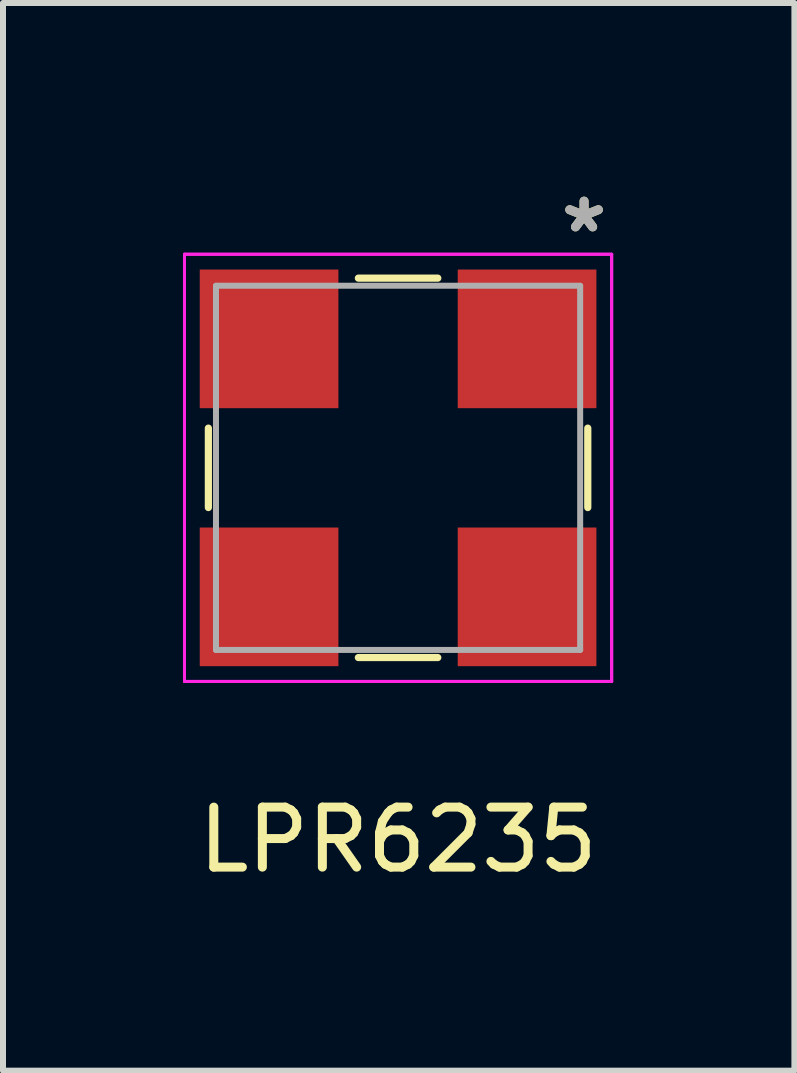
<source format=kicad_pcb>
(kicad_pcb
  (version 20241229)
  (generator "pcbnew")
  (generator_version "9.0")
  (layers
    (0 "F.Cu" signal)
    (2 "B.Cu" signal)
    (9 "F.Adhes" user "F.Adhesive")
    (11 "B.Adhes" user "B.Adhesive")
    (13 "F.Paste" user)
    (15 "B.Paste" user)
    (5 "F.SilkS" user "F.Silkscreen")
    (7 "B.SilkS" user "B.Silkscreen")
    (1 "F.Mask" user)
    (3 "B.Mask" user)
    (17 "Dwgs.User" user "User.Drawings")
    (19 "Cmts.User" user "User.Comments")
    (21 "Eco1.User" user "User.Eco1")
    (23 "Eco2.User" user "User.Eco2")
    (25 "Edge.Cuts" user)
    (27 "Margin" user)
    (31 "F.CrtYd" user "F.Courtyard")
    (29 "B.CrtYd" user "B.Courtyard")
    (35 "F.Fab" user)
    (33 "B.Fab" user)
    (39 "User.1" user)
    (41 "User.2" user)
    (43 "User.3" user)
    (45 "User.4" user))
  (footprint "LPR6235"
    (layer "F.Cu")
    (at 3.585 4.748)
    (property "Reference" "LPR6235" (at 0 6.2 0) (layer "F.SilkS") (effects (font (size 1 1) (thickness 0.15))))
    (attr through_hole)
    (fp_line (start -3.162 -0.662) (end -3.162 0.662) (stroke (width 0.12) (type solid)) (layer "F.SilkS"))
    (fp_line (start -0.662 3.162) (end 0.662 3.162) (stroke (width 0.12) (type solid)) (layer "F.SilkS"))
    (fp_line (start 0.662 -3.162) (end -0.662 -3.162) (stroke (width 0.12) (type solid)) (layer "F.SilkS"))
    (fp_line (start 3.162 0.662) (end 3.162 -0.662) (stroke (width 0.12) (type solid)) (layer "F.SilkS"))
    (fp_line (start -3.56 -3.56) (end -3.56 3.56) (stroke (width 0.05) (type solid)) (layer "F.CrtYd"))
    (fp_line (start -3.56 -3.56) (end -3.56 3.56) (stroke (width 0.05) (type solid)) (layer "F.CrtYd"))
    (fp_line (start -3.56 3.56) (end 3.56 3.56) (stroke (width 0.05) (type solid)) (layer "F.CrtYd"))
    (fp_line (start -3.56 3.56) (end 3.56 3.56) (stroke (width 0.05) (type solid)) (layer "F.CrtYd"))
    (fp_line (start 3.56 -3.56) (end -3.56 -3.56) (stroke (width 0.05) (type solid)) (layer "F.CrtYd"))
    (fp_line (start 3.56 -3.56) (end -3.56 -3.56) (stroke (width 0.05) (type solid)) (layer "F.CrtYd"))
    (fp_line (start 3.56 3.56) (end 3.56 -3.56) (stroke (width 0.05) (type solid)) (layer "F.CrtYd"))
    (fp_line (start 3.56 3.56) (end 3.56 -3.56) (stroke (width 0.05) (type solid)) (layer "F.CrtYd"))
    (fp_line (start -3.035 -3.035) (end -3.035 3.035) (stroke (width 0.1) (type solid)) (layer "F.Fab"))
    (fp_line (start -3.035 3.035) (end 3.035 3.035) (stroke (width 0.1) (type solid)) (layer "F.Fab"))
    (fp_line (start 3.035 -3.035) (end -3.035 -3.035) (stroke (width 0.1) (type solid)) (layer "F.Fab"))
    (fp_line (start 3.035 3.035) (end 3.035 -3.035) (stroke (width 0.1) (type solid)) (layer "F.Fab"))
    (fp_text user "*" (at 3.1 -3.9 0) (layer "F.SilkS") (effects (font (size 1 1) (thickness 0.15))))
    (fp_text user "*" (at 3.1 -3.9 0) (layer "F.Fab") (effects (font (size 1 1) (thickness 0.15))))
    (pad "1" smd rect (at 2.15 -2.15) (size 2.311 2.311) (layers "F.Cu" "F.Mask" "F.Paste"))
    (pad "2" smd rect (at -2.15 -2.15) (size 2.311 2.311) (layers "F.Cu" "F.Mask" "F.Paste"))
    (pad "3" smd rect (at -2.15 2.15) (size 2.311 2.311) (layers "F.Cu" "F.Mask" "F.Paste"))
    (pad "4" smd rect (at 2.15 2.15) (size 2.311 2.311) (layers "F.Cu" "F.Mask" "F.Paste")))
  (gr_rect
    (start -3 -3)
    (end 10.191 14.796)
    (stroke (width 0.1) (type default))
    (fill no)
    (layer "Edge.Cuts")))
</source>
